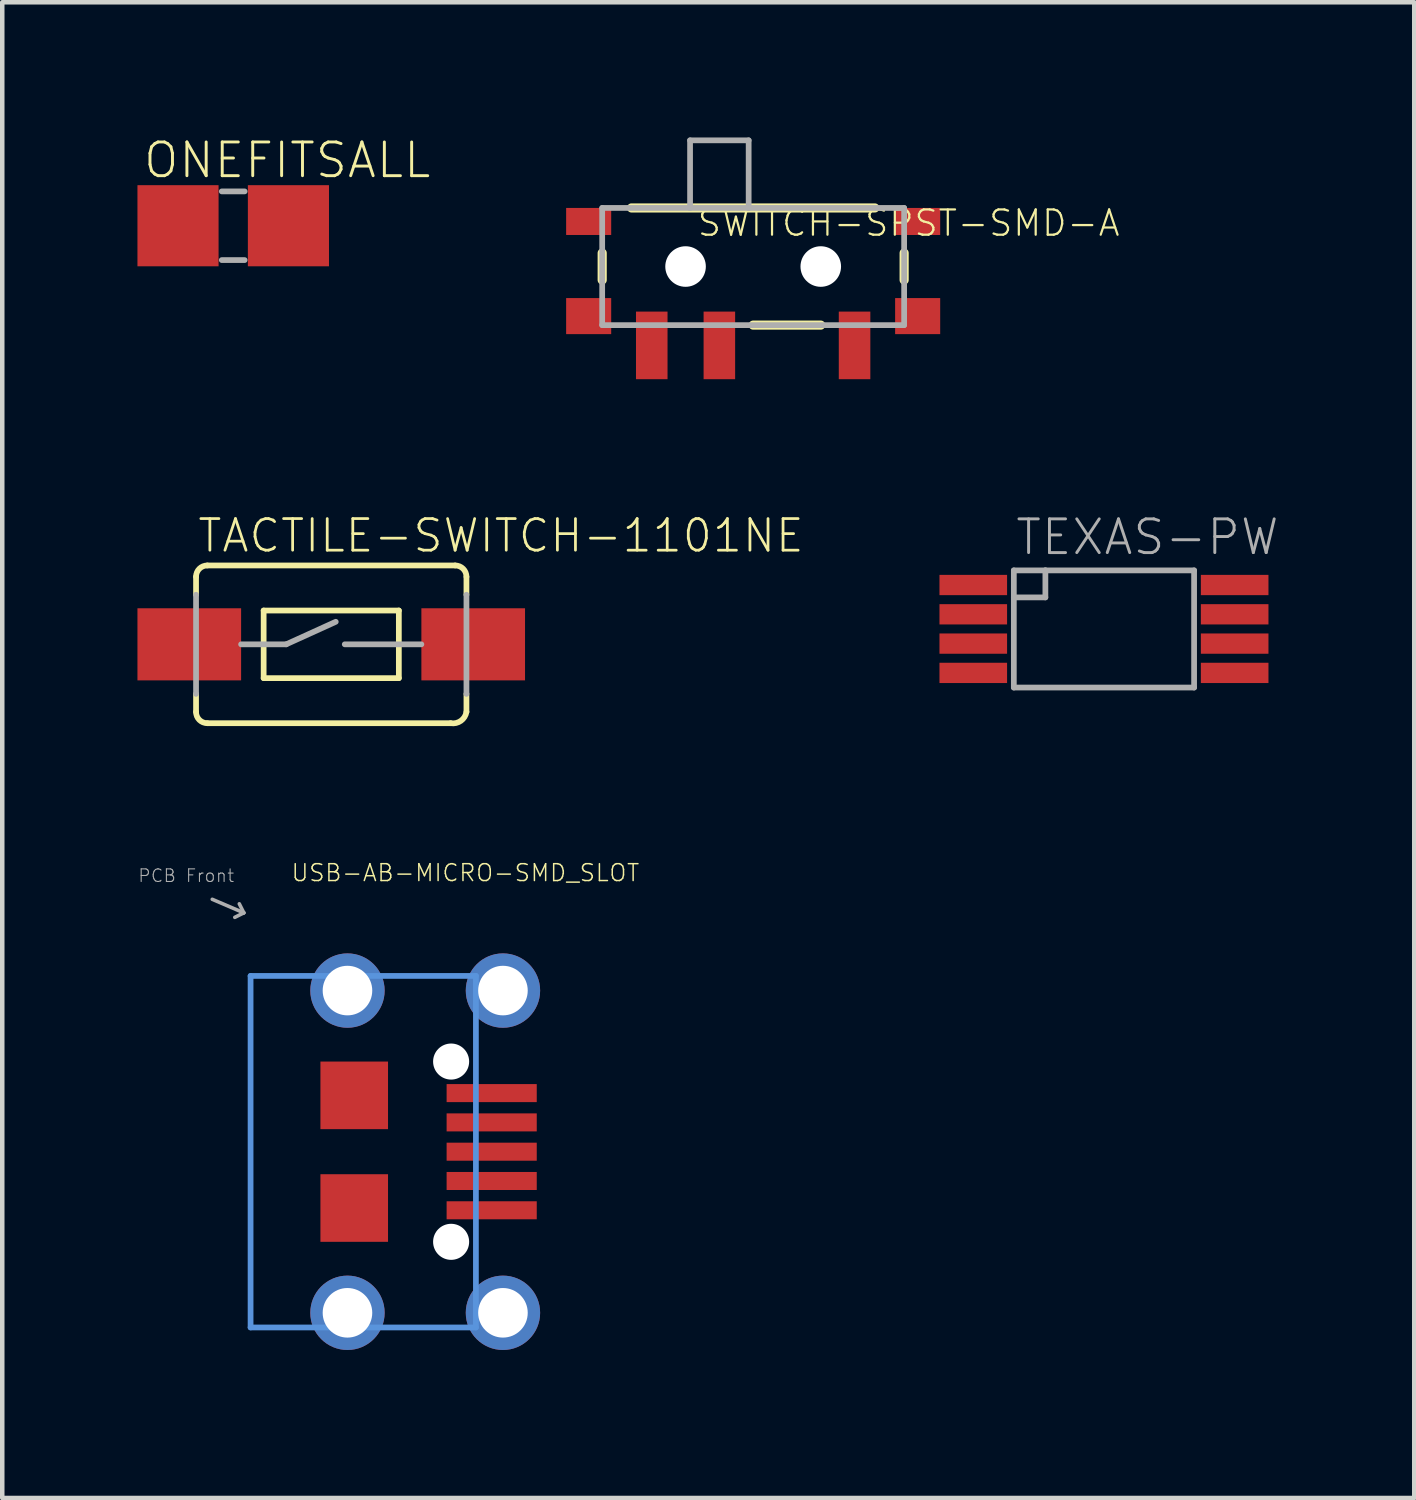
<source format=kicad_pcb>
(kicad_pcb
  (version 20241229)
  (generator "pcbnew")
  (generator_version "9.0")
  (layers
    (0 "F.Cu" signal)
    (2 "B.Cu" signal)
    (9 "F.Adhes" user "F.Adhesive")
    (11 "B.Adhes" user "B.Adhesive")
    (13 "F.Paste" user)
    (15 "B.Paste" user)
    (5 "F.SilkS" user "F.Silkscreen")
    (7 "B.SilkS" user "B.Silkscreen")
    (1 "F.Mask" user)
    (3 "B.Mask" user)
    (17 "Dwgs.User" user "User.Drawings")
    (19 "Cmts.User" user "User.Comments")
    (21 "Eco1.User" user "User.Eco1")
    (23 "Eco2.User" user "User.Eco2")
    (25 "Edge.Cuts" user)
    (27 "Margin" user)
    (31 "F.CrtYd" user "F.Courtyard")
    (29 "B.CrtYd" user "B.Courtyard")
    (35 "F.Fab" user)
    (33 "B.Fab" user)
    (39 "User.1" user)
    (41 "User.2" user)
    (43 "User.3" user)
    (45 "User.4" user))
  (footprint "USB-AB-MICRO-SMD_SLOT"
    (layer "F.Cu")
    (at 4.66 22.505)
    (property "Reference" "USB-AB-MICRO-SMD_SLOT" (at -1.27 -5.969 0) (unlocked yes) (layer "F.SilkS") (effects (font (size 0.374 0.374) (thickness 0.033)) (justify left bottom)))
    (fp_poly (pts (xy -0.6 -0.5) (xy 0.9 -0.5) (xy 0.9 -2) (xy -0.6 -2)) (stroke (width 0) (type default)) (fill yes) (layer "F.Cu"))
    (fp_poly (pts (xy -0.6 2) (xy 0.9 2) (xy 0.9 0.5) (xy -0.6 0.5)) (stroke (width 0) (type default)) (fill yes) (layer "F.Cu"))
    (fp_poly (pts (xy -0.85 -2.684) (xy 0.85 -2.684) (xy 0.85 -4.684) (xy -0.85 -4.684)) (stroke (width 0) (type default)) (fill yes) (layer "F.Mask"))
    (fp_poly (pts (xy -0.85 1.35) (xy 0.85 1.35) (xy 0.85 -1.35) (xy -0.85 -1.35)) (stroke (width 0) (type default)) (fill yes) (layer "F.Mask"))
    (fp_poly (pts (xy -0.85 4.684) (xy 0.85 4.684) (xy 0.85 2.684) (xy -0.85 2.684)) (stroke (width 0) (type default)) (fill yes) (layer "F.Mask"))
    (fp_poly (pts (xy -0.35 0.75) (xy 0.35 0.75) (xy 0.35 -0.75) (xy -0.35 -0.75)) (stroke (width 0) (type default)) (fill yes) (layer "F.Paste"))
    (fp_line (start -2.15 -3.9) (end -2.15 3.9) (stroke (width 0.127) (type solid)) (layer "Cmts.User"))
    (fp_line (start 2.85 -3.9) (end -2.15 -3.9) (stroke (width 0.127) (type solid)) (layer "Cmts.User"))
    (fp_line (start 2.85 -3.9) (end 2.85 3.9) (stroke (width 0.127) (type solid)) (layer "Cmts.User"))
    (fp_line (start 2.85 3.9) (end -2.15 3.9) (stroke (width 0.127) (type solid)) (layer "Cmts.User"))
    (fp_line (start -3 -5.6) (end -2.3 -5.3) (stroke (width 0.08) (type solid)) (layer "F.Fab"))
    (fp_line (start -2.3 -5.3) (end -2.5 -5.2) (stroke (width 0.08) (type solid)) (layer "F.Fab"))
    (fp_line (start -2.3 -5.3) (end -2.4 -5.5) (stroke (width 0.08) (type solid)) (layer "F.Fab"))
    (fp_text user "PCB Front" (at -4.66 -5.96 0) (unlocked yes) (layer "F.Fab") (effects (font (size 0.28 0.28) (thickness 0.024)) (justify left bottom)))
    (pad "" np_thru_hole circle (at 2.3 -2) (size 0.8 0.8) (drill 0.8) (layers "*.Cu" "*.Mask"))
    (pad "" np_thru_hole circle (at 2.3 2) (size 0.8 0.8) (drill 0.8) (layers "*.Cu" "*.Mask"))
    (pad "D+1" smd rect (at 3.2 0 90) (size 0.4 2) (layers "F.Cu" "F.Mask" "F.Paste"))
    (pad "D-1" smd rect (at 3.2 -0.65 90) (size 0.4 2) (layers "F.Cu" "F.Mask" "F.Paste"))
    (pad "GND1" smd rect (at 3.2 1.3 90) (size 0.4 2) (layers "F.Cu" "F.Mask" "F.Paste"))
    (pad "ID1" smd rect (at 3.2 0.65 90) (size 0.4 2) (layers "F.Cu" "F.Mask" "F.Paste"))
    (pad "P$1" thru_hole circle (at 0 -3.575) (size 1.65 1.65) (drill 1.1) (layers "*.Cu" "*.Mask"))
    (pad "P$2" thru_hole circle (at 0 3.575) (size 1.65 1.65) (drill 1.1) (layers "*.Cu" "*.Mask"))
    (pad "P$3" thru_hole circle (at 3.45 3.575) (size 1.65 1.65) (drill 1.1) (layers "*.Cu" "*.Mask"))
    (pad "P$4" thru_hole circle (at 3.45 -3.575) (size 1.65 1.65) (drill 1.1) (layers "*.Cu" "*.Mask"))
    (pad "VBUS1" smd rect (at 3.2 -1.3 90) (size 0.4 2) (layers "F.Cu" "F.Mask" "F.Paste")))
  (footprint "TEXAS-PW"
    (layer "F.Cu")
    (at 21.446 10.906)
    (property "Reference" "TEXAS-PW" (at -2 -1.6 0) (unlocked yes) (layer "F.Fab") (effects (font (size 0.748 0.748) (thickness 0.065)) (justify left bottom)))
    (fp_line (start -2 -1.3) (end -1.3 -1.3) (stroke (width 0.127) (type solid)) (layer "F.Fab"))
    (fp_line (start -2 -0.7) (end -2 -1.3) (stroke (width 0.127) (type solid)) (layer "F.Fab"))
    (fp_line (start -2 1.3) (end -2 -0.7) (stroke (width 0.127) (type solid)) (layer "F.Fab"))
    (fp_line (start -1.3 -1.3) (end -1.3 -0.7) (stroke (width 0.127) (type solid)) (layer "F.Fab"))
    (fp_line (start -1.3 -1.3) (end 2 -1.3) (stroke (width 0.127) (type solid)) (layer "F.Fab"))
    (fp_line (start -1.3 -0.7) (end -2 -0.7) (stroke (width 0.127) (type solid)) (layer "F.Fab"))
    (fp_line (start 2 -1.3) (end 2 1.3) (stroke (width 0.127) (type solid)) (layer "F.Fab"))
    (fp_line (start 2 1.3) (end -2 1.3) (stroke (width 0.127) (type solid)) (layer "F.Fab"))
    (pad "1" smd rect (at -2.9 -0.975) (size 1.5 0.45) (layers "F.Cu" "F.Mask" "F.Paste"))
    (pad "2" smd rect (at -2.9 -0.325) (size 1.5 0.45) (layers "F.Cu" "F.Mask" "F.Paste"))
    (pad "3" smd rect (at -2.9 0.325) (size 1.5 0.45) (layers "F.Cu" "F.Mask" "F.Paste"))
    (pad "4" smd rect (at -2.9 0.975) (size 1.5 0.45) (layers "F.Cu" "F.Mask" "F.Paste"))
    (pad "5" smd rect (at 2.9 0.975) (size 1.5 0.45) (layers "F.Cu" "F.Mask" "F.Paste"))
    (pad "6" smd rect (at 2.9 0.325) (size 1.5 0.45) (layers "F.Cu" "F.Mask" "F.Paste"))
    (pad "7" smd rect (at 2.9 -0.325) (size 1.5 0.45) (layers "F.Cu" "F.Mask" "F.Paste"))
    (pad "8" smd rect (at 2.9 -0.975) (size 1.5 0.45) (layers "F.Cu" "F.Mask" "F.Paste")))
  (footprint "SWITCH-SPST-SMD-A"
    (layer "F.Cu")
    (at 13.662 2.864)
    (property "Reference" "SWITCH-SPST-SMD-A" (at -1.27 -0.635 0) (unlocked yes) (layer "F.SilkS") (effects (font (size 0.561 0.561) (thickness 0.049)) (justify left bottom)))
    (fp_line (start -3.35 -0.3) (end -3.35 0.3) (stroke (width 0.203) (type solid)) (layer "F.SilkS"))
    (fp_line (start 1.5 1.3) (end 0 1.3) (stroke (width 0.203) (type solid)) (layer "F.SilkS"))
    (fp_line (start 2.7 -1.3) (end -2.7 -1.3) (stroke (width 0.203) (type solid)) (layer "F.SilkS"))
    (fp_line (start 3.35 -0.3) (end 3.35 0.3) (stroke (width 0.203) (type solid)) (layer "F.SilkS"))
    (fp_line (start -3.35 -1.3) (end -3.35 1.3) (stroke (width 0.127) (type solid)) (layer "F.Fab"))
    (fp_line (start -3.35 1.3) (end 3.35 1.3) (stroke (width 0.127) (type solid)) (layer "F.Fab"))
    (fp_line (start -1.4 -2.8) (end -1.4 -1.3) (stroke (width 0.127) (type solid)) (layer "F.Fab"))
    (fp_line (start -1.4 -1.3) (end -3.35 -1.3) (stroke (width 0.127) (type solid)) (layer "F.Fab"))
    (fp_line (start -0.1 -2.8) (end -1.4 -2.8) (stroke (width 0.127) (type solid)) (layer "F.Fab"))
    (fp_line (start -0.1 -1.3) (end -1.4 -1.3) (stroke (width 0.127) (type solid)) (layer "F.Fab"))
    (fp_line (start -0.1 -1.3) (end -0.1 -2.8) (stroke (width 0.127) (type solid)) (layer "F.Fab"))
    (fp_line (start 3.35 -1.3) (end -0.1 -1.3) (stroke (width 0.127) (type solid)) (layer "F.Fab"))
    (fp_line (start 3.35 1.3) (end 3.35 -1.3) (stroke (width 0.127) (type solid)) (layer "F.Fab"))
    (pad "" np_thru_hole circle (at -1.5 0) (size 0.9 0.9) (drill 0.9) (layers "*.Cu" "*.Mask"))
    (pad "" np_thru_hole circle (at 1.5 0) (size 0.9 0.9) (drill 0.9) (layers "*.Cu" "*.Mask"))
    (pad "1" smd rect (at -2.25 1.75 180) (size 0.7 1.5) (layers "F.Cu" "F.Mask" "F.Paste"))
    (pad "2" smd rect (at -0.75 1.75 180) (size 0.7 1.5) (layers "F.Cu" "F.Mask" "F.Paste"))
    (pad "3" smd rect (at 2.25 1.75 180) (size 0.7 1.5) (layers "F.Cu" "F.Mask" "F.Paste"))
    (pad "GND1" smd rect (at -3.65 -1) (size 1 0.6) (layers "F.Cu" "F.Mask" "F.Paste"))
    (pad "GND2" smd rect (at -3.65 1.1) (size 1 0.8) (layers "F.Cu" "F.Mask" "F.Paste"))
    (pad "GND3" smd rect (at 3.65 -1) (size 1 0.6) (layers "F.Cu" "F.Mask" "F.Paste"))
    (pad "GND4" smd rect (at 3.65 1.1) (size 1 0.8) (layers "F.Cu" "F.Mask" "F.Paste")))
  (footprint "TACTILE-SWITCH-1101NE"
    (layer "F.Cu")
    (at 4.3 11.247)
    (property "Reference" "TACTILE-SWITCH-1101NE" (at -3 -2 0) (unlocked yes) (layer "F.SilkS") (effects (font (size 0.701 0.701) (thickness 0.061)) (justify left bottom)))
    (fp_line (start -3 -1.1) (end -3 -1.5) (stroke (width 0.127) (type solid)) (layer "F.SilkS"))
    (fp_line (start -3 1.5) (end -3 1.1) (stroke (width 0.127) (type solid)) (layer "F.SilkS"))
    (fp_line (start -2.75 -1.75) (end 2.75 -1.75) (stroke (width 0.127) (type solid)) (layer "F.SilkS"))
    (fp_line (start -1.5 -0.75) (end 1.5 -0.75) (stroke (width 0.127) (type solid)) (layer "F.SilkS"))
    (fp_line (start -1.5 0.75) (end -1.5 -0.75) (stroke (width 0.127) (type solid)) (layer "F.SilkS"))
    (fp_line (start 1.5 0.75) (end -1.5 0.75) (stroke (width 0.127) (type solid)) (layer "F.SilkS"))
    (fp_line (start 1.5 0.75) (end 1.5 -0.75) (stroke (width 0.127) (type solid)) (layer "F.SilkS"))
    (fp_line (start 2.65 1.75) (end -2.75 1.75) (stroke (width 0.127) (type solid)) (layer "F.SilkS"))
    (fp_line (start 3 -1.1) (end 3 -1.5) (stroke (width 0.127) (type solid)) (layer "F.SilkS"))
    (fp_line (start 3 1.5) (end 3 1.1) (stroke (width 0.127) (type solid)) (layer "F.SilkS"))
    (fp_arc (start -3 -1.5) (mid -2.926777 -1.676777) (end -2.75 -1.75) (stroke (width 0.127) (type solid)) (layer "F.SilkS"))
    (fp_arc (start -2.75 1.75) (mid -2.926777 1.676777) (end -3 1.5) (stroke (width 0.127) (type solid)) (layer "F.SilkS"))
    (fp_arc (start 2.75 -1.75) (mid 2.926777 -1.676777) (end 3 -1.5) (stroke (width 0.127) (type solid)) (layer "F.SilkS"))
    (fp_arc (start 3 1.5) (mid 2.876777 1.697487) (end 2.65 1.75) (stroke (width 0.127) (type solid)) (layer "F.SilkS"))
    (fp_line (start -3 -1.1) (end -3 1.1) (stroke (width 0.127) (type solid)) (layer "F.Fab"))
    (fp_line (start -2 0) (end -1 0) (stroke (width 0.127) (type solid)) (layer "F.Fab"))
    (fp_line (start -1 0) (end 0.1 -0.5) (stroke (width 0.127) (type solid)) (layer "F.Fab"))
    (fp_line (start 0.3 0) (end 2 0) (stroke (width 0.127) (type solid)) (layer "F.Fab"))
    (fp_line (start 3 -1.1) (end 3 1.1) (stroke (width 0.127) (type solid)) (layer "F.Fab"))
    (pad "P$1" smd rect (at -3.15 0 180) (size 2.3 1.6) (layers "F.Cu" "F.Mask" "F.Paste"))
    (pad "P$2" smd rect (at 3.15 0 180) (size 2.3 1.6) (layers "F.Cu" "F.Mask" "F.Paste")))
  (footprint "ONEFITSALL"
    (layer "F.Cu")
    (at 2.125 1.959)
    (property "Reference" "ONEFITSALL" (at -2.032 -1.016 0) (unlocked yes) (layer "F.SilkS") (effects (font (size 0.748 0.748) (thickness 0.065)) (justify left bottom)))
    (fp_line (start -0.254 -0.762) (end 0.254 -0.762) (stroke (width 0.127) (type solid)) (layer "F.Fab"))
    (fp_line (start 0.254 0.762) (end -0.254 0.762) (stroke (width 0.127) (type solid)) (layer "F.Fab"))
    (pad "P$1" smd rect (at -1.225 0 90) (size 1.8 1.8) (layers "F.Cu" "F.Mask" "F.Paste"))
    (pad "P$2" smd rect (at 1.225 0 90) (size 1.8 1.8) (layers "F.Cu" "F.Mask" "F.Paste")))
  (gr_rect
    (start -3 -3)
    (end 28.331 30.189)
    (stroke (width 0.1) (type default))
    (fill no)
    (layer "Edge.Cuts")))
</source>
